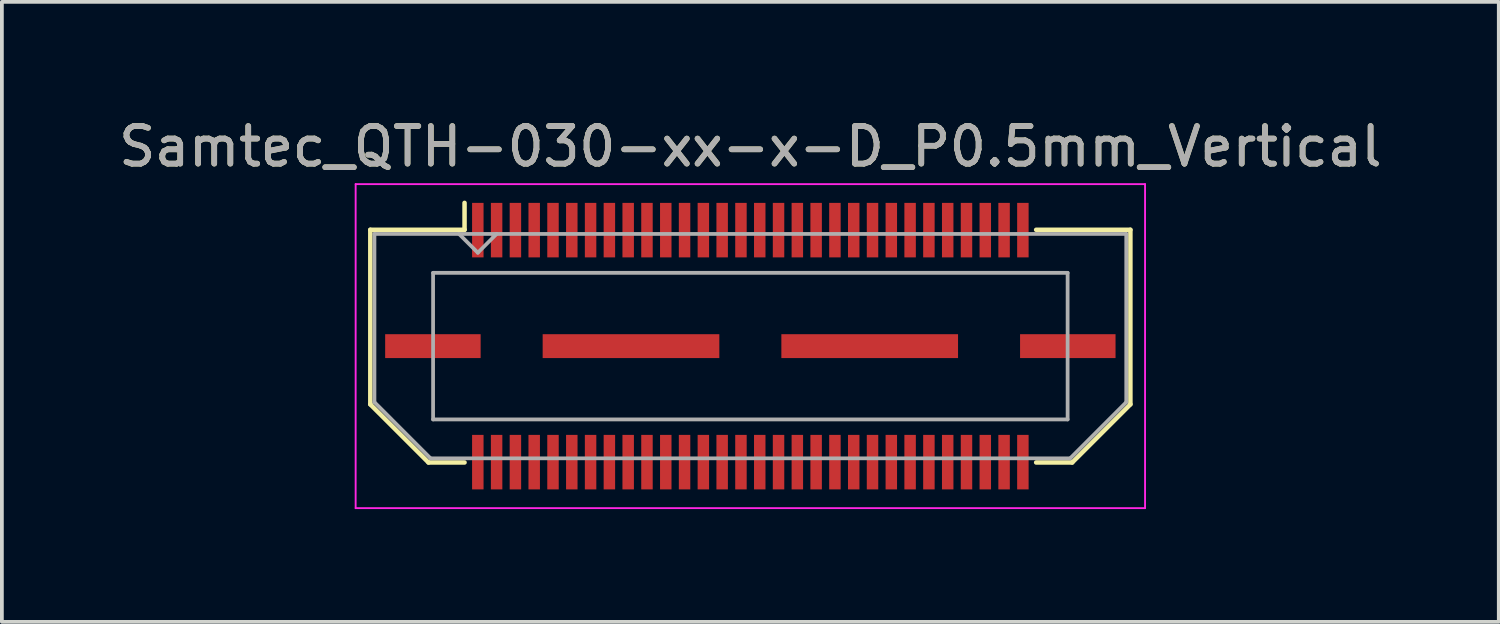
<source format=kicad_pcb>
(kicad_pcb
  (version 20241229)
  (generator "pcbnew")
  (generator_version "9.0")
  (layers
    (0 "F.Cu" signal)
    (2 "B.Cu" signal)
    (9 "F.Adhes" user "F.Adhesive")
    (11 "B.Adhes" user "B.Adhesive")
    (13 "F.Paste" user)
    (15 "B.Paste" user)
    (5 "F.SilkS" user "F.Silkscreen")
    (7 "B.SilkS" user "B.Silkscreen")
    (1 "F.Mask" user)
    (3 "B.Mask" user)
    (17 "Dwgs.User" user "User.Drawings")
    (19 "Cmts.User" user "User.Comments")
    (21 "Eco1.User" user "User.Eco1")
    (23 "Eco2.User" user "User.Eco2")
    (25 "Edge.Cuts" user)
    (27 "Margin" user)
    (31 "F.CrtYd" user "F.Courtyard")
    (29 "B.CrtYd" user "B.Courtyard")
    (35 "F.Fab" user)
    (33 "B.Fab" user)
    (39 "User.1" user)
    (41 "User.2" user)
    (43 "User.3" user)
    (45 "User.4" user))
  (footprint "Samtec_QTH-030-xx-x-D_P0.5mm_Vertical"
    (layer "F.Cu")
    (at 16.911 6.158)
    (property "Reference" "Samtec_QTH-030-xx-x-D_P0.5mm_Vertical" (at 0 -5.31 0) (layer "F.SilkS") (effects (font (size 1 1) (thickness 0.15))))
    (attr smd)
    (fp_line (start -10.11 -3.095) (end -10.11 1.548) (stroke (width 0.12) (type solid)) (layer "F.SilkS"))
    (fp_line (start -10.11 1.548) (end -8.562 3.095) (stroke (width 0.12) (type solid)) (layer "F.SilkS"))
    (fp_line (start -8.562 3.095) (end -7.603 3.095) (stroke (width 0.12) (type solid)) (layer "F.SilkS"))
    (fp_line (start -7.603 -3.811) (end -7.603 -3.095) (stroke (width 0.12) (type solid)) (layer "F.SilkS"))
    (fp_line (start -7.603 -3.095) (end -10.11 -3.095) (stroke (width 0.12) (type solid)) (layer "F.SilkS"))
    (fp_line (start 7.603 -3.095) (end 10.11 -3.095) (stroke (width 0.12) (type solid)) (layer "F.SilkS"))
    (fp_line (start 8.562 3.095) (end 7.603 3.095) (stroke (width 0.12) (type solid)) (layer "F.SilkS"))
    (fp_line (start 10.11 -3.095) (end 10.11 1.548) (stroke (width 0.12) (type solid)) (layer "F.SilkS"))
    (fp_line (start 10.11 1.548) (end 8.562 3.095) (stroke (width 0.12) (type solid)) (layer "F.SilkS"))
    (fp_line (start -10.5 -4.31) (end -10.5 4.31) (stroke (width 0.05) (type solid)) (layer "F.CrtYd"))
    (fp_line (start -10.5 4.31) (end 10.5 4.31) (stroke (width 0.05) (type solid)) (layer "F.CrtYd"))
    (fp_line (start 10.5 -4.31) (end -10.5 -4.31) (stroke (width 0.05) (type solid)) (layer "F.CrtYd"))
    (fp_line (start 10.5 4.31) (end 10.5 -4.31) (stroke (width 0.05) (type solid)) (layer "F.CrtYd"))
    (fp_line (start -10 -2.985) (end -10 1.492) (stroke (width 0.1) (type solid)) (layer "F.Fab"))
    (fp_line (start -10 -2.985) (end 10 -2.985) (stroke (width 0.1) (type solid)) (layer "F.Fab"))
    (fp_line (start -10 1.492) (end -8.508 2.985) (stroke (width 0.1) (type solid)) (layer "F.Fab"))
    (fp_line (start -8.508 2.985) (end 8.508 2.985) (stroke (width 0.1) (type solid)) (layer "F.Fab"))
    (fp_line (start -8.44 -1.95) (end -8.44 1.95) (stroke (width 0.1) (type solid)) (layer "F.Fab"))
    (fp_line (start -8.44 1.95) (end 8.44 1.95) (stroke (width 0.1) (type solid)) (layer "F.Fab"))
    (fp_line (start -7.25 -2.485) (end -7.75 -2.985) (stroke (width 0.1) (type solid)) (layer "F.Fab"))
    (fp_line (start -6.75 -2.985) (end -7.25 -2.485) (stroke (width 0.1) (type solid)) (layer "F.Fab"))
    (fp_line (start 8.44 -1.95) (end -8.44 -1.95) (stroke (width 0.1) (type solid)) (layer "F.Fab"))
    (fp_line (start 8.44 1.95) (end 8.44 -1.95) (stroke (width 0.1) (type solid)) (layer "F.Fab"))
    (fp_line (start 10 -2.985) (end 10 1.492) (stroke (width 0.1) (type solid)) (layer "F.Fab"))
    (fp_line (start 10 1.492) (end 8.508 2.985) (stroke (width 0.1) (type solid)) (layer "F.Fab"))
    (fp_text user "${REFERENCE}" (at 0 -5.31 0) (layer "F.Fab") (effects (font (size 1 1) (thickness 0.15))))
    (pad "1" smd rect (at -7.25 -3.086) (size 0.305 1.45) (layers "F.Cu" "F.Mask" "F.Paste"))
    (pad "2" smd rect (at -7.25 3.086) (size 0.305 1.45) (layers "F.Cu" "F.Mask" "F.Paste"))
    (pad "3" smd rect (at -6.75 -3.086) (size 0.305 1.45) (layers "F.Cu" "F.Mask" "F.Paste"))
    (pad "4" smd rect (at -6.75 3.086) (size 0.305 1.45) (layers "F.Cu" "F.Mask" "F.Paste"))
    (pad "5" smd rect (at -6.25 -3.086) (size 0.305 1.45) (layers "F.Cu" "F.Mask" "F.Paste"))
    (pad "6" smd rect (at -6.25 3.086) (size 0.305 1.45) (layers "F.Cu" "F.Mask" "F.Paste"))
    (pad "7" smd rect (at -5.75 -3.086) (size 0.305 1.45) (layers "F.Cu" "F.Mask" "F.Paste"))
    (pad "8" smd rect (at -5.75 3.086) (size 0.305 1.45) (layers "F.Cu" "F.Mask" "F.Paste"))
    (pad "9" smd rect (at -5.25 -3.086) (size 0.305 1.45) (layers "F.Cu" "F.Mask" "F.Paste"))
    (pad "10" smd rect (at -5.25 3.086) (size 0.305 1.45) (layers "F.Cu" "F.Mask" "F.Paste"))
    (pad "11" smd rect (at -4.75 -3.086) (size 0.305 1.45) (layers "F.Cu" "F.Mask" "F.Paste"))
    (pad "12" smd rect (at -4.75 3.086) (size 0.305 1.45) (layers "F.Cu" "F.Mask" "F.Paste"))
    (pad "13" smd rect (at -4.25 -3.086) (size 0.305 1.45) (layers "F.Cu" "F.Mask" "F.Paste"))
    (pad "14" smd rect (at -4.25 3.086) (size 0.305 1.45) (layers "F.Cu" "F.Mask" "F.Paste"))
    (pad "15" smd rect (at -3.75 -3.086) (size 0.305 1.45) (layers "F.Cu" "F.Mask" "F.Paste"))
    (pad "16" smd rect (at -3.75 3.086) (size 0.305 1.45) (layers "F.Cu" "F.Mask" "F.Paste"))
    (pad "17" smd rect (at -3.25 -3.086) (size 0.305 1.45) (layers "F.Cu" "F.Mask" "F.Paste"))
    (pad "18" smd rect (at -3.25 3.086) (size 0.305 1.45) (layers "F.Cu" "F.Mask" "F.Paste"))
    (pad "19" smd rect (at -2.75 -3.086) (size 0.305 1.45) (layers "F.Cu" "F.Mask" "F.Paste"))
    (pad "20" smd rect (at -2.75 3.086) (size 0.305 1.45) (layers "F.Cu" "F.Mask" "F.Paste"))
    (pad "21" smd rect (at -2.25 -3.086) (size 0.305 1.45) (layers "F.Cu" "F.Mask" "F.Paste"))
    (pad "22" smd rect (at -2.25 3.086) (size 0.305 1.45) (layers "F.Cu" "F.Mask" "F.Paste"))
    (pad "23" smd rect (at -1.75 -3.086) (size 0.305 1.45) (layers "F.Cu" "F.Mask" "F.Paste"))
    (pad "24" smd rect (at -1.75 3.086) (size 0.305 1.45) (layers "F.Cu" "F.Mask" "F.Paste"))
    (pad "25" smd rect (at -1.25 -3.086) (size 0.305 1.45) (layers "F.Cu" "F.Mask" "F.Paste"))
    (pad "26" smd rect (at -1.25 3.086) (size 0.305 1.45) (layers "F.Cu" "F.Mask" "F.Paste"))
    (pad "27" smd rect (at -0.75 -3.086) (size 0.305 1.45) (layers "F.Cu" "F.Mask" "F.Paste"))
    (pad "28" smd rect (at -0.75 3.086) (size 0.305 1.45) (layers "F.Cu" "F.Mask" "F.Paste"))
    (pad "29" smd rect (at -0.25 -3.086) (size 0.305 1.45) (layers "F.Cu" "F.Mask" "F.Paste"))
    (pad "30" smd rect (at -0.25 3.086) (size 0.305 1.45) (layers "F.Cu" "F.Mask" "F.Paste"))
    (pad "31" smd rect (at 0.25 -3.086) (size 0.305 1.45) (layers "F.Cu" "F.Mask" "F.Paste"))
    (pad "32" smd rect (at 0.25 3.086) (size 0.305 1.45) (layers "F.Cu" "F.Mask" "F.Paste"))
    (pad "33" smd rect (at 0.75 -3.086) (size 0.305 1.45) (layers "F.Cu" "F.Mask" "F.Paste"))
    (pad "34" smd rect (at 0.75 3.086) (size 0.305 1.45) (layers "F.Cu" "F.Mask" "F.Paste"))
    (pad "35" smd rect (at 1.25 -3.086) (size 0.305 1.45) (layers "F.Cu" "F.Mask" "F.Paste"))
    (pad "36" smd rect (at 1.25 3.086) (size 0.305 1.45) (layers "F.Cu" "F.Mask" "F.Paste"))
    (pad "37" smd rect (at 1.75 -3.086) (size 0.305 1.45) (layers "F.Cu" "F.Mask" "F.Paste"))
    (pad "38" smd rect (at 1.75 3.086) (size 0.305 1.45) (layers "F.Cu" "F.Mask" "F.Paste"))
    (pad "39" smd rect (at 2.25 -3.086) (size 0.305 1.45) (layers "F.Cu" "F.Mask" "F.Paste"))
    (pad "40" smd rect (at 2.25 3.086) (size 0.305 1.45) (layers "F.Cu" "F.Mask" "F.Paste"))
    (pad "41" smd rect (at 2.75 -3.086) (size 0.305 1.45) (layers "F.Cu" "F.Mask" "F.Paste"))
    (pad "42" smd rect (at 2.75 3.086) (size 0.305 1.45) (layers "F.Cu" "F.Mask" "F.Paste"))
    (pad "43" smd rect (at 3.25 -3.086) (size 0.305 1.45) (layers "F.Cu" "F.Mask" "F.Paste"))
    (pad "44" smd rect (at 3.25 3.086) (size 0.305 1.45) (layers "F.Cu" "F.Mask" "F.Paste"))
    (pad "45" smd rect (at 3.75 -3.086) (size 0.305 1.45) (layers "F.Cu" "F.Mask" "F.Paste"))
    (pad "46" smd rect (at 3.75 3.086) (size 0.305 1.45) (layers "F.Cu" "F.Mask" "F.Paste"))
    (pad "47" smd rect (at 4.25 -3.086) (size 0.305 1.45) (layers "F.Cu" "F.Mask" "F.Paste"))
    (pad "48" smd rect (at 4.25 3.086) (size 0.305 1.45) (layers "F.Cu" "F.Mask" "F.Paste"))
    (pad "49" smd rect (at 4.75 -3.086) (size 0.305 1.45) (layers "F.Cu" "F.Mask" "F.Paste"))
    (pad "50" smd rect (at 4.75 3.086) (size 0.305 1.45) (layers "F.Cu" "F.Mask" "F.Paste"))
    (pad "51" smd rect (at 5.25 -3.086) (size 0.305 1.45) (layers "F.Cu" "F.Mask" "F.Paste"))
    (pad "52" smd rect (at 5.25 3.086) (size 0.305 1.45) (layers "F.Cu" "F.Mask" "F.Paste"))
    (pad "53" smd rect (at 5.75 -3.086) (size 0.305 1.45) (layers "F.Cu" "F.Mask" "F.Paste"))
    (pad "54" smd rect (at 5.75 3.086) (size 0.305 1.45) (layers "F.Cu" "F.Mask" "F.Paste"))
    (pad "55" smd rect (at 6.25 -3.086) (size 0.305 1.45) (layers "F.Cu" "F.Mask" "F.Paste"))
    (pad "56" smd rect (at 6.25 3.086) (size 0.305 1.45) (layers "F.Cu" "F.Mask" "F.Paste"))
    (pad "57" smd rect (at 6.75 -3.086) (size 0.305 1.45) (layers "F.Cu" "F.Mask" "F.Paste"))
    (pad "58" smd rect (at 6.75 3.086) (size 0.305 1.45) (layers "F.Cu" "F.Mask" "F.Paste"))
    (pad "59" smd rect (at 7.25 -3.086) (size 0.305 1.45) (layers "F.Cu" "F.Mask" "F.Paste"))
    (pad "60" smd rect (at 7.25 3.086) (size 0.305 1.45) (layers "F.Cu" "F.Mask" "F.Paste"))
    (pad "P1" smd rect (at -8.445 0) (size 2.54 0.635) (layers "F.Cu" "F.Mask" "F.Paste"))
    (pad "P1" smd rect (at -3.175 0) (size 4.7 0.635) (layers "F.Cu" "F.Mask" "F.Paste"))
    (pad "P1" smd rect (at 3.175 0) (size 4.7 0.635) (layers "F.Cu" "F.Mask" "F.Paste"))
    (pad "P1" smd rect (at 8.445 0) (size 2.54 0.635) (layers "F.Cu" "F.Mask" "F.Paste")))
  (gr_rect
    (start -3 -3)
    (end 36.821 13.493)
    (stroke (width 0.1) (type default))
    (fill no)
    (layer "Edge.Cuts")))
</source>
